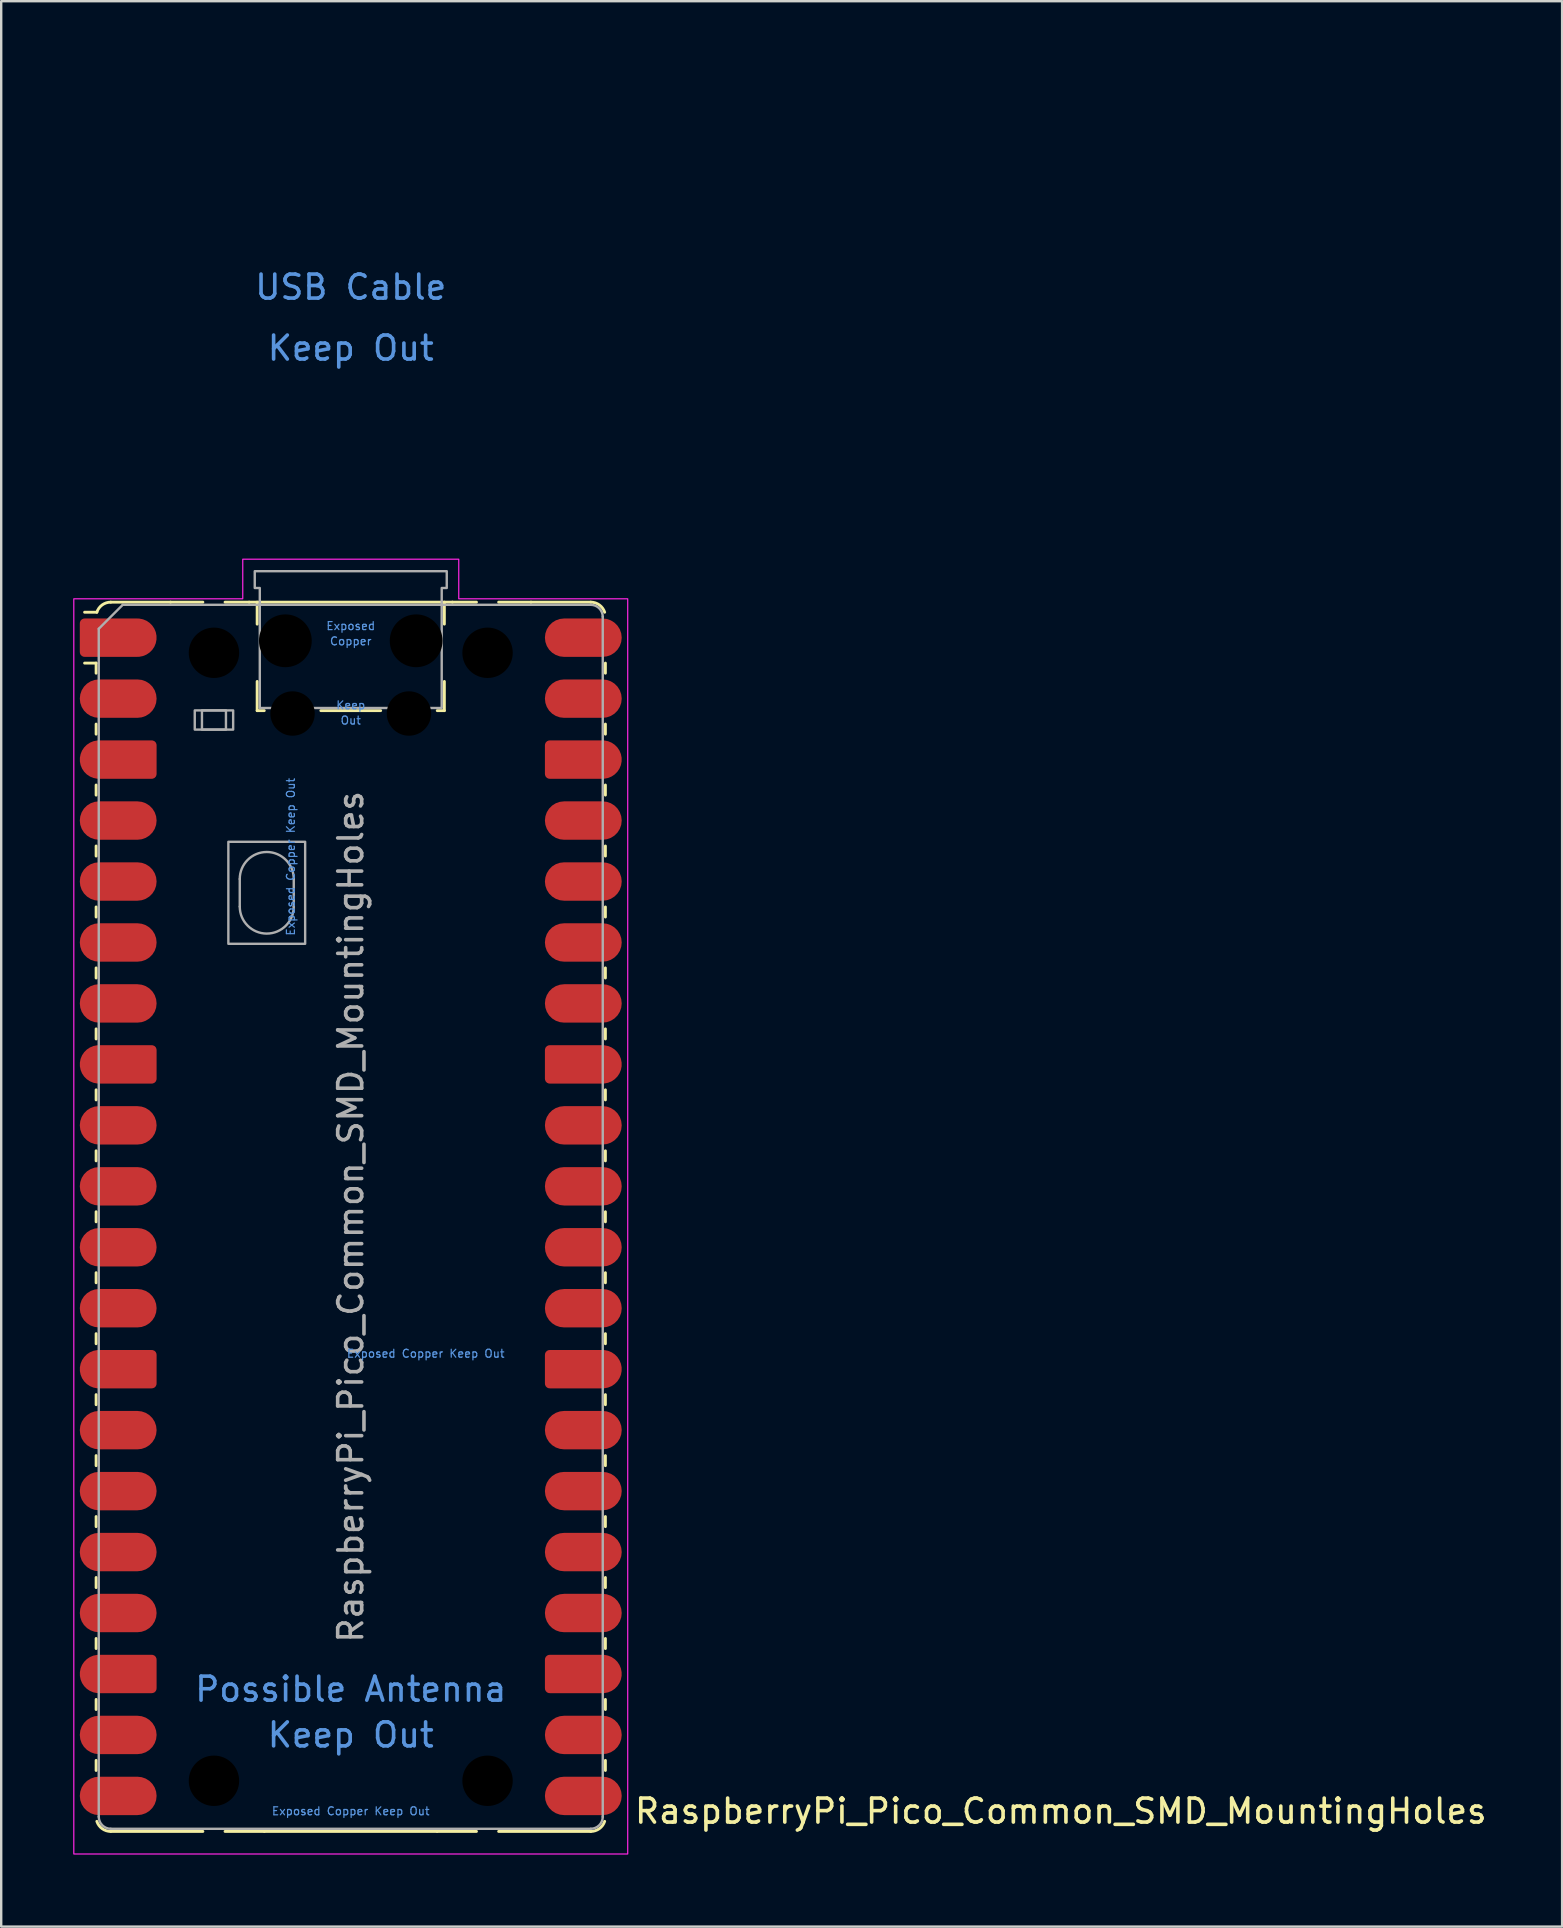
<source format=kicad_pcb>
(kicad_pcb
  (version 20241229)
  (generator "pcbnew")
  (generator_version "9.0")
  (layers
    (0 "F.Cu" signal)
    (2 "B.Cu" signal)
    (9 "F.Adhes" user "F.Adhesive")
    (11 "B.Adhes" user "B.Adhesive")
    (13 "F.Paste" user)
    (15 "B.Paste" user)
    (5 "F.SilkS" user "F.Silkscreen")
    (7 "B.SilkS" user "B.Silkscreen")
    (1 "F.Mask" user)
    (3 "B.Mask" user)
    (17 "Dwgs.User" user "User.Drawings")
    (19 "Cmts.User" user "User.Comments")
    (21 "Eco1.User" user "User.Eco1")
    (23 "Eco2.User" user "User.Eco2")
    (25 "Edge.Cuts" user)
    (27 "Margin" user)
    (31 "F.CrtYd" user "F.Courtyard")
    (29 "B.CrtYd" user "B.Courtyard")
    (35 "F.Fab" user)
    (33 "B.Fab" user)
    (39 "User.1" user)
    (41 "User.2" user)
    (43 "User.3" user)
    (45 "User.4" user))
  (footprint "RaspberryPi_Pico_Common_SMD_MountingHoles"
    (layer "F.Cu")
    (at 11.565 47.65)
    (property "Reference" "RaspberryPi_Pico_Common_SMD_MountingHoles" (at 11.748 24.765 0) (unlocked yes) (layer "F.SilkS") (effects (font (size 1 1) (thickness 0.15)) (justify left)))
    (attr smd)
    (fp_line (start -10.61 -23.07) (end -11.09 -23.07) (stroke (width 0.12) (type solid)) (layer "F.SilkS"))
    (fp_line (start -10.61 -23.07) (end -10.61 -22.65) (stroke (width 0.12) (type solid)) (layer "F.SilkS"))
    (fp_line (start -10.61 -20.53) (end -10.61 -20.11) (stroke (width 0.12) (type solid)) (layer "F.SilkS"))
    (fp_line (start -10.61 -17.99) (end -10.61 -17.57) (stroke (width 0.12) (type solid)) (layer "F.SilkS"))
    (fp_line (start -10.61 -15.45) (end -10.61 -15.03) (stroke (width 0.12) (type solid)) (layer "F.SilkS"))
    (fp_line (start -10.61 -12.91) (end -10.61 -12.49) (stroke (width 0.12) (type solid)) (layer "F.SilkS"))
    (fp_line (start -10.61 -10.37) (end -10.61 -9.95) (stroke (width 0.12) (type solid)) (layer "F.SilkS"))
    (fp_line (start -10.61 -7.83) (end -10.61 -7.41) (stroke (width 0.12) (type solid)) (layer "F.SilkS"))
    (fp_line (start -10.61 -5.29) (end -10.61 -4.87) (stroke (width 0.12) (type solid)) (layer "F.SilkS"))
    (fp_line (start -10.61 -2.75) (end -10.61 -2.33) (stroke (width 0.12) (type solid)) (layer "F.SilkS"))
    (fp_line (start -10.61 -0.21) (end -10.61 0.21) (stroke (width 0.12) (type solid)) (layer "F.SilkS"))
    (fp_line (start -10.61 2.33) (end -10.61 2.75) (stroke (width 0.12) (type solid)) (layer "F.SilkS"))
    (fp_line (start -10.61 4.87) (end -10.61 5.29) (stroke (width 0.12) (type solid)) (layer "F.SilkS"))
    (fp_line (start -10.61 7.41) (end -10.61 7.83) (stroke (width 0.12) (type solid)) (layer "F.SilkS"))
    (fp_line (start -10.61 9.95) (end -10.61 10.37) (stroke (width 0.12) (type solid)) (layer "F.SilkS"))
    (fp_line (start -10.61 12.49) (end -10.61 12.91) (stroke (width 0.12) (type solid)) (layer "F.SilkS"))
    (fp_line (start -10.61 15.03) (end -10.61 15.45) (stroke (width 0.12) (type solid)) (layer "F.SilkS"))
    (fp_line (start -10.61 17.57) (end -10.61 17.99) (stroke (width 0.12) (type solid)) (layer "F.SilkS"))
    (fp_line (start -10.61 20.11) (end -10.61 20.53) (stroke (width 0.12) (type solid)) (layer "F.SilkS"))
    (fp_line (start -10.61 22.65) (end -10.61 23.07) (stroke (width 0.12) (type solid)) (layer "F.SilkS"))
    (fp_line (start -10.58 -25.19) (end -11.09 -25.19) (stroke (width 0.12) (type solid)) (layer "F.SilkS"))
    (fp_line (start -10 -25.61) (end -7.51 -25.61) (stroke (width 0.12) (type solid)) (layer "F.SilkS"))
    (fp_line (start -10 25.61) (end -6.162 25.61) (stroke (width 0.12) (type solid)) (layer "F.SilkS"))
    (fp_line (start -7.51 -25.61) (end -6.162 -25.61) (stroke (width 0.12) (type solid)) (layer "F.SilkS"))
    (fp_line (start -5.238 -25.61) (end -4.235 -25.61) (stroke (width 0.12) (type solid)) (layer "F.SilkS"))
    (fp_line (start -4.235 -25.61) (end 4.235 -25.61) (stroke (width 0.12) (type solid)) (layer "F.SilkS"))
    (fp_line (start -3.9 -25.61) (end -3.9 -24.694) (stroke (width 0.12) (type solid)) (layer "F.SilkS"))
    (fp_line (start -3.9 -22.306) (end -3.9 -21.09) (stroke (width 0.12) (type solid)) (layer "F.SilkS"))
    (fp_line (start -3.9 -21.09) (end -3.604 -21.09) (stroke (width 0.12) (type solid)) (layer "F.SilkS"))
    (fp_line (start -3.6 25.61) (end -5.238 25.61) (stroke (width 0.12) (type solid)) (layer "F.SilkS"))
    (fp_line (start -1.246 -21.09) (end 1.246 -21.09) (stroke (width 0.12) (type solid)) (layer "F.SilkS"))
    (fp_line (start 3.6 25.61) (end -3.6 25.61) (stroke (width 0.12) (type solid)) (layer "F.SilkS"))
    (fp_line (start 3.604 -21.09) (end 3.9 -21.09) (stroke (width 0.12) (type solid)) (layer "F.SilkS"))
    (fp_line (start 3.9 -25.61) (end 3.9 -24.694) (stroke (width 0.12) (type solid)) (layer "F.SilkS"))
    (fp_line (start 3.9 -22.306) (end 3.9 -21.09) (stroke (width 0.12) (type solid)) (layer "F.SilkS"))
    (fp_line (start 4.235 -25.61) (end 5.238 -25.61) (stroke (width 0.12) (type solid)) (layer "F.SilkS"))
    (fp_line (start 5.238 25.61) (end 3.6 25.61) (stroke (width 0.12) (type solid)) (layer "F.SilkS"))
    (fp_line (start 6.162 -25.61) (end 7.51 -25.61) (stroke (width 0.12) (type solid)) (layer "F.SilkS"))
    (fp_line (start 6.162 25.61) (end 10 25.61) (stroke (width 0.12) (type solid)) (layer "F.SilkS"))
    (fp_line (start 10 -25.61) (end 7.51 -25.61) (stroke (width 0.12) (type solid)) (layer "F.SilkS"))
    (fp_line (start 10.61 -23.07) (end 10.61 -22.65) (stroke (width 0.12) (type solid)) (layer "F.SilkS"))
    (fp_line (start 10.61 -20.53) (end 10.61 -20.11) (stroke (width 0.12) (type solid)) (layer "F.SilkS"))
    (fp_line (start 10.61 -17.99) (end 10.61 -17.57) (stroke (width 0.12) (type solid)) (layer "F.SilkS"))
    (fp_line (start 10.61 -15.45) (end 10.61 -15.03) (stroke (width 0.12) (type solid)) (layer "F.SilkS"))
    (fp_line (start 10.61 -12.91) (end 10.61 -12.49) (stroke (width 0.12) (type solid)) (layer "F.SilkS"))
    (fp_line (start 10.61 -10.37) (end 10.61 -9.95) (stroke (width 0.12) (type solid)) (layer "F.SilkS"))
    (fp_line (start 10.61 -7.83) (end 10.61 -7.41) (stroke (width 0.12) (type solid)) (layer "F.SilkS"))
    (fp_line (start 10.61 -5.29) (end 10.61 -4.87) (stroke (width 0.12) (type solid)) (layer "F.SilkS"))
    (fp_line (start 10.61 -2.75) (end 10.61 -2.33) (stroke (width 0.12) (type solid)) (layer "F.SilkS"))
    (fp_line (start 10.61 -0.21) (end 10.61 0.21) (stroke (width 0.12) (type solid)) (layer "F.SilkS"))
    (fp_line (start 10.61 2.33) (end 10.61 2.75) (stroke (width 0.12) (type solid)) (layer "F.SilkS"))
    (fp_line (start 10.61 4.87) (end 10.61 5.29) (stroke (width 0.12) (type solid)) (layer "F.SilkS"))
    (fp_line (start 10.61 7.41) (end 10.61 7.83) (stroke (width 0.12) (type solid)) (layer "F.SilkS"))
    (fp_line (start 10.61 9.95) (end 10.61 10.37) (stroke (width 0.12) (type solid)) (layer "F.SilkS"))
    (fp_line (start 10.61 12.49) (end 10.61 12.91) (stroke (width 0.12) (type solid)) (layer "F.SilkS"))
    (fp_line (start 10.61 15.03) (end 10.61 15.45) (stroke (width 0.12) (type solid)) (layer "F.SilkS"))
    (fp_line (start 10.61 17.57) (end 10.61 17.99) (stroke (width 0.12) (type solid)) (layer "F.SilkS"))
    (fp_line (start 10.61 20.11) (end 10.61 20.53) (stroke (width 0.12) (type solid)) (layer "F.SilkS"))
    (fp_line (start 10.61 22.65) (end 10.61 23.07) (stroke (width 0.12) (type solid)) (layer "F.SilkS"))
    (fp_arc (start -10.579676 -25.189937) (mid -10.357938 -25.493944) (end -10 -25.61) (stroke (width 0.12) (type solid)) (layer "F.SilkS"))
    (fp_arc (start -10 25.61) (mid -10.357937 25.493944) (end -10.579676 25.189937) (stroke (width 0.12) (type solid)) (layer "F.SilkS"))
    (fp_arc (start 10 -25.61) (mid 10.357937 -25.493944) (end 10.579676 -25.189937) (stroke (width 0.12) (type solid)) (layer "F.SilkS"))
    (fp_arc (start 10.579676 25.189937) (mid 10.357946 25.493957) (end 10 25.61) (stroke (width 0.12) (type solid)) (layer "F.SilkS"))
    (fp_poly (pts (xy -4.5 -27.4) (xy 4.5 -27.4) (xy 4.5 -25.75) (xy 11.54 -25.75) (xy 11.54 26.55) (xy -11.54 26.55) (xy -11.54 -25.75) (xy -4.5 -25.75)) (stroke (width 0.05) (type solid)) (fill no) (layer "F.CrtYd"))
    (fp_line (start -10.5 -24.5) (end -9.5 -25.5) (stroke (width 0.1) (type solid)) (layer "F.Fab"))
    (fp_line (start -10.5 25) (end -10.5 -24.5) (stroke (width 0.1) (type solid)) (layer "F.Fab"))
    (fp_line (start -9.5 -25.5) (end 10 -25.5) (stroke (width 0.1) (type solid)) (layer "F.Fab"))
    (fp_line (start -4.625 -14.075) (end -4.625 -12.925) (stroke (width 0.1) (type solid)) (layer "F.Fab"))
    (fp_line (start -2.375 -14.075) (end -2.375 -12.925) (stroke (width 0.1) (type solid)) (layer "F.Fab"))
    (fp_line (start 10 25.5) (end -10 25.5) (stroke (width 0.1) (type solid)) (layer "F.Fab"))
    (fp_line (start 10.5 -25) (end 10.5 25) (stroke (width 0.1) (type solid)) (layer "F.Fab"))
    (fp_rect (start -6.5 -21.1) (end -4.9 -20.3) (stroke (width 0.1) (type solid)) (fill no) (layer "F.Fab"))
    (fp_rect (start -6.2 -21.1) (end -5.2 -20.3) (stroke (width 0.1) (type solid)) (fill no) (layer "F.Fab"))
    (fp_rect (start -5.1 -15.625) (end -1.9 -11.375) (stroke (width 0.1) (type solid)) (fill no) (layer "F.Fab"))
    (fp_arc (start -10 25.5) (mid -10.353553 25.353553) (end -10.5 25) (stroke (width 0.1) (type solid)) (layer "F.Fab"))
    (fp_arc (start -4.625 -14.075) (mid -3.5 -15.2) (end -2.375 -14.075) (stroke (width 0.1) (type solid)) (layer "F.Fab"))
    (fp_arc (start -2.375 -12.925) (mid -3.5 -11.8) (end -4.625 -12.925) (stroke (width 0.1) (type solid)) (layer "F.Fab"))
    (fp_arc (start 10 -25.5) (mid 10.353553 -25.353553) (end 10.5 -25) (stroke (width 0.1) (type solid)) (layer "F.Fab"))
    (fp_arc (start 10.5 25) (mid 10.353553 25.353553) (end 10 25.5) (stroke (width 0.1) (type solid)) (layer "F.Fab"))
    (fp_poly (pts (xy 3.79 -21.2) (xy 3.79 -26.2) (xy 4 -26.2) (xy 4 -26.9) (xy -4 -26.9) (xy -4 -26.2) (xy -3.79 -26.2) (xy -3.79 -21.2)) (stroke (width 0.1) (type solid)) (fill no) (layer "F.Fab"))
    (fp_text user "Possible Antenna" (at 0 19.685 0) (unlocked yes) (layer "Cmts.User") (effects (font (size 1 1) (thickness 0.15))))
    (fp_text user "Keep" (at 0 -21.317 0) (unlocked yes) (layer "Cmts.User") (effects (font (size 0.333 0.333) (thickness 0.05))))
    (fp_text user "USB Cable" (at 0 -38.735 0) (unlocked yes) (layer "Cmts.User") (effects (font (size 1 1) (thickness 0.15))))
    (fp_text user "Exposed Copper Keep Out" (at 3.124 5.7 0) (unlocked yes) (layer "Cmts.User") (effects (font (size 0.333 0.333) (thickness 0.05))))
    (fp_text user "Exposed Copper Keep Out" (at 0 24.765 0) (unlocked yes) (layer "Cmts.User") (effects (font (size 0.333 0.333) (thickness 0.05))))
    (fp_text user "Copper" (at 0 -23.983 0) (unlocked yes) (layer "Cmts.User") (effects (font (size 0.333 0.333) (thickness 0.05))))
    (fp_text user "Keep Out" (at 0 -36.195 0) (unlocked yes) (layer "Cmts.User") (effects (font (size 1 1) (thickness 0.15))))
    (fp_text user "Keep Out" (at 0 21.59 0) (unlocked yes) (layer "Cmts.User") (effects (font (size 1 1) (thickness 0.15))))
    (fp_text user "Out" (at 0 -20.683 0) (unlocked yes) (layer "Cmts.User") (effects (font (size 0.333 0.333) (thickness 0.05))))
    (fp_text user "Exposed" (at 0 -24.617 0) (unlocked yes) (layer "Cmts.User") (effects (font (size 0.333 0.333) (thickness 0.05))))
    (fp_text user "Exposed Copper Keep Out" (at -2.5 -15 90) (unlocked yes) (layer "Cmts.User") (effects (font (size 0.333 0.333) (thickness 0.05))))
    (fp_text user "${REFERENCE}" (at 0 0 90) (layer "F.Fab") (effects (font (size 1 1) (thickness 0.15))))
    (pad "" np_thru_hole circle (at -5.7 -23.5) (size 3.8 3.8) (drill 2.1) (layers "*.Mask"))
    (pad "" np_thru_hole circle (at -5.7 23.5) (size 3.8 3.8) (drill 2.1) (layers "*.Mask"))
    (pad "" np_thru_hole circle (at -2.725 -24) (size 2.2 2.2) (drill 2.2) (layers "*.Mask"))
    (pad "" np_thru_hole circle (at -2.425 -20.97) (size 1.85 1.85) (drill 1.85) (layers "*.Mask"))
    (pad "" np_thru_hole circle (at 2.425 -20.97) (size 1.85 1.85) (drill 1.85) (layers "*.Mask"))
    (pad "" np_thru_hole circle (at 2.725 -24) (size 2.2 2.2) (drill 2.2) (layers "*.Mask"))
    (pad "" np_thru_hole circle (at 5.7 -23.5) (size 3.8 3.8) (drill 2.1) (layers "*.Mask"))
    (pad "" np_thru_hole circle (at 5.7 23.5) (size 3.8 3.8) (drill 2.1) (layers "*.Mask"))
    (pad "1" smd custom (at -8.89 -24.13) (size 1.6 1.6) (layers "F.Cu" "F.Mask" "F.Paste") (options (anchor circle)) (primitives (gr_poly (pts (xy -2.4 0.6) (xy -2.4 -0.6) (xy -2.2 -0.8) (xy 0 -0.8) (xy 0 0.8) (xy -2.2 0.8)) (width 0) (fill yes)) (gr_circle (center -2.2 0.6) (end -2 0.6) (width 0) (fill yes)) (gr_circle (center -2.2 -0.6) (end -2 -0.6) (width 0) (fill yes))))
    (pad "2" smd roundrect (at -8.89 -21.59) (size 3.2 1.6) (drill (offset -0.8 0)) (layers "F.Cu" "F.Mask" "F.Paste") (roundrect_rratio 0.5))
    (pad "3" smd custom (at -8.89 -19.05) (size 1.6 1.6) (layers "F.Cu" "F.Mask" "F.Paste") (options (anchor circle)) (primitives (gr_poly (pts (xy 0.8 -0.6) (xy 0.8 0.6) (xy 0.6 0.8) (xy -1.6 0.8) (xy -1.6 -0.8) (xy 0.6 -0.8)) (width 0) (fill yes)) (gr_circle (center 0.6 0.6) (end 0.8 0.6) (width 0) (fill yes)) (gr_circle (center 0.6 -0.6) (end 0.8 -0.6) (width 0) (fill yes)) (gr_circle (center -1.6 0) (end -0.8 0) (width 0) (fill yes))))
    (pad "4" smd roundrect (at -8.89 -16.51) (size 3.2 1.6) (drill (offset -0.8 0)) (layers "F.Cu" "F.Mask" "F.Paste") (roundrect_rratio 0.5))
    (pad "5" smd roundrect (at -8.89 -13.97) (size 3.2 1.6) (drill (offset -0.8 0)) (layers "F.Cu" "F.Mask" "F.Paste") (roundrect_rratio 0.5))
    (pad "6" smd roundrect (at -8.89 -11.43) (size 3.2 1.6) (drill (offset -0.8 0)) (layers "F.Cu" "F.Mask" "F.Paste") (roundrect_rratio 0.5))
    (pad "7" smd roundrect (at -8.89 -8.89) (size 3.2 1.6) (drill (offset -0.8 0)) (layers "F.Cu" "F.Mask" "F.Paste") (roundrect_rratio 0.5))
    (pad "8" smd custom (at -8.89 -6.35) (size 1.6 1.6) (layers "F.Cu" "F.Mask" "F.Paste") (options (anchor circle)) (primitives (gr_poly (pts (xy 0.8 -0.6) (xy 0.8 0.6) (xy 0.6 0.8) (xy -1.6 0.8) (xy -1.6 -0.8) (xy 0.6 -0.8)) (width 0) (fill yes)) (gr_circle (center 0.6 0.6) (end 0.8 0.6) (width 0) (fill yes)) (gr_circle (center 0.6 -0.6) (end 0.8 -0.6) (width 0) (fill yes)) (gr_circle (center -1.6 0) (end -0.8 0) (width 0) (fill yes))))
    (pad "9" smd roundrect (at -8.89 -3.81) (size 3.2 1.6) (drill (offset -0.8 0)) (layers "F.Cu" "F.Mask" "F.Paste") (roundrect_rratio 0.5))
    (pad "10" smd roundrect (at -8.89 -1.27) (size 3.2 1.6) (drill (offset -0.8 0)) (layers "F.Cu" "F.Mask" "F.Paste") (roundrect_rratio 0.5))
    (pad "11" smd roundrect (at -8.89 1.27) (size 3.2 1.6) (drill (offset -0.8 0)) (layers "F.Cu" "F.Mask" "F.Paste") (roundrect_rratio 0.5))
    (pad "12" smd roundrect (at -8.89 3.81) (size 3.2 1.6) (drill (offset -0.8 0)) (layers "F.Cu" "F.Mask" "F.Paste") (roundrect_rratio 0.5))
    (pad "13" smd custom (at -8.89 6.35) (size 1.6 1.6) (layers "F.Cu" "F.Mask" "F.Paste") (options (anchor circle)) (primitives (gr_poly (pts (xy 0.8 -0.6) (xy 0.8 0.6) (xy 0.6 0.8) (xy -1.6 0.8) (xy -1.6 -0.8) (xy 0.6 -0.8)) (width 0) (fill yes)) (gr_circle (center 0.6 0.6) (end 0.8 0.6) (width 0) (fill yes)) (gr_circle (center 0.6 -0.6) (end 0.8 -0.6) (width 0) (fill yes)) (gr_circle (center -1.6 0) (end -0.8 0) (width 0) (fill yes))))
    (pad "14" smd roundrect (at -8.89 8.89) (size 3.2 1.6) (drill (offset -0.8 0)) (layers "F.Cu" "F.Mask" "F.Paste") (roundrect_rratio 0.5))
    (pad "15" smd roundrect (at -8.89 11.43) (size 3.2 1.6) (drill (offset -0.8 0)) (layers "F.Cu" "F.Mask" "F.Paste") (roundrect_rratio 0.5))
    (pad "16" smd roundrect (at -8.89 13.97) (size 3.2 1.6) (drill (offset -0.8 0)) (layers "F.Cu" "F.Mask" "F.Paste") (roundrect_rratio 0.5))
    (pad "17" smd roundrect (at -8.89 16.51) (size 3.2 1.6) (drill (offset -0.8 0)) (layers "F.Cu" "F.Mask" "F.Paste") (roundrect_rratio 0.5))
    (pad "18" smd custom (at -8.89 19.05) (size 1.6 1.6) (layers "F.Cu" "F.Mask" "F.Paste") (options (anchor circle)) (primitives (gr_poly (pts (xy 0.8 -0.6) (xy 0.8 0.6) (xy 0.6 0.8) (xy -1.6 0.8) (xy -1.6 -0.8) (xy 0.6 -0.8)) (width 0) (fill yes)) (gr_circle (center 0.6 0.6) (end 0.8 0.6) (width 0) (fill yes)) (gr_circle (center 0.6 -0.6) (end 0.8 -0.6) (width 0) (fill yes)) (gr_circle (center -1.6 0) (end -0.8 0) (width 0) (fill yes))))
    (pad "19" smd roundrect (at -8.89 21.59) (size 3.2 1.6) (drill (offset -0.8 0)) (layers "F.Cu" "F.Mask" "F.Paste") (roundrect_rratio 0.5))
    (pad "20" smd roundrect (at -8.89 24.13) (size 3.2 1.6) (drill (offset -0.8 0)) (layers "F.Cu" "F.Mask" "F.Paste") (roundrect_rratio 0.5))
    (pad "21" smd roundrect (at 8.89 24.13) (size 3.2 1.6) (drill (offset 0.8 0)) (layers "F.Cu" "F.Mask" "F.Paste") (roundrect_rratio 0.5))
    (pad "22" smd roundrect (at 8.89 21.59) (size 3.2 1.6) (drill (offset 0.8 0)) (layers "F.Cu" "F.Mask" "F.Paste") (roundrect_rratio 0.5))
    (pad "23" smd custom (at 8.89 19.05) (size 1.6 1.6) (layers "F.Cu" "F.Mask" "F.Paste") (options (anchor circle)) (primitives (gr_poly (pts (xy -0.8 -0.6) (xy -0.8 0.6) (xy -0.6 0.8) (xy 1.6 0.8) (xy 1.6 -0.8) (xy -0.6 -0.8)) (width 0) (fill yes)) (gr_circle (center -0.6 0.6) (end -0.4 0.6) (width 0) (fill yes)) (gr_circle (center -0.6 -0.6) (end -0.4 -0.6) (width 0) (fill yes)) (gr_circle (center 1.6 0) (end 2.4 0) (width 0) (fill yes))))
    (pad "24" smd roundrect (at 8.89 16.51) (size 3.2 1.6) (drill (offset 0.8 0)) (layers "F.Cu" "F.Mask" "F.Paste") (roundrect_rratio 0.5))
    (pad "25" smd roundrect (at 8.89 13.97) (size 3.2 1.6) (drill (offset 0.8 0)) (layers "F.Cu" "F.Mask" "F.Paste") (roundrect_rratio 0.5))
    (pad "26" smd roundrect (at 8.89 11.43) (size 3.2 1.6) (drill (offset 0.8 0)) (layers "F.Cu" "F.Mask" "F.Paste") (roundrect_rratio 0.5))
    (pad "27" smd roundrect (at 8.89 8.89) (size 3.2 1.6) (drill (offset 0.8 0)) (layers "F.Cu" "F.Mask" "F.Paste") (roundrect_rratio 0.5))
    (pad "28" smd custom (at 8.89 6.35) (size 1.6 1.6) (layers "F.Cu" "F.Mask" "F.Paste") (options (anchor circle)) (primitives (gr_poly (pts (xy -0.8 -0.6) (xy -0.8 0.6) (xy -0.6 0.8) (xy 1.6 0.8) (xy 1.6 -0.8) (xy -0.6 -0.8)) (width 0) (fill yes)) (gr_circle (center -0.6 0.6) (end -0.4 0.6) (width 0) (fill yes)) (gr_circle (center -0.6 -0.6) (end -0.4 -0.6) (width 0) (fill yes)) (gr_circle (center 1.6 0) (end 2.4 0) (width 0) (fill yes))))
    (pad "29" smd roundrect (at 8.89 3.81) (size 3.2 1.6) (drill (offset 0.8 0)) (layers "F.Cu" "F.Mask" "F.Paste") (roundrect_rratio 0.5))
    (pad "30" smd roundrect (at 8.89 1.27) (size 3.2 1.6) (drill (offset 0.8 0)) (layers "F.Cu" "F.Mask" "F.Paste") (roundrect_rratio 0.5))
    (pad "31" smd roundrect (at 8.89 -1.27) (size 3.2 1.6) (drill (offset 0.8 0)) (layers "F.Cu" "F.Mask" "F.Paste") (roundrect_rratio 0.5))
    (pad "32" smd roundrect (at 8.89 -3.81) (size 3.2 1.6) (drill (offset 0.8 0)) (layers "F.Cu" "F.Mask" "F.Paste") (roundrect_rratio 0.5))
    (pad "33" smd custom (at 8.89 -6.35) (size 1.6 1.6) (layers "F.Cu" "F.Mask" "F.Paste") (options (anchor circle)) (primitives (gr_poly (pts (xy -0.8 -0.6) (xy -0.8 0.6) (xy -0.6 0.8) (xy 1.6 0.8) (xy 1.6 -0.8) (xy -0.6 -0.8)) (width 0) (fill yes)) (gr_circle (center -0.6 0.6) (end -0.4 0.6) (width 0) (fill yes)) (gr_circle (center -0.6 -0.6) (end -0.4 -0.6) (width 0) (fill yes)) (gr_circle (center 1.6 0) (end 2.4 0) (width 0) (fill yes))))
    (pad "34" smd roundrect (at 8.89 -8.89) (size 3.2 1.6) (drill (offset 0.8 0)) (layers "F.Cu" "F.Mask" "F.Paste") (roundrect_rratio 0.5))
    (pad "35" smd roundrect (at 8.89 -11.43) (size 3.2 1.6) (drill (offset 0.8 0)) (layers "F.Cu" "F.Mask" "F.Paste") (roundrect_rratio 0.5))
    (pad "36" smd roundrect (at 8.89 -13.97) (size 3.2 1.6) (drill (offset 0.8 0)) (layers "F.Cu" "F.Mask" "F.Paste") (roundrect_rratio 0.5))
    (pad "37" smd roundrect (at 8.89 -16.51) (size 3.2 1.6) (drill (offset 0.8 0)) (layers "F.Cu" "F.Mask" "F.Paste") (roundrect_rratio 0.5))
    (pad "38" smd custom (at 8.89 -19.05) (size 1.6 1.6) (layers "F.Cu" "F.Mask" "F.Paste") (options (anchor circle)) (primitives (gr_poly (pts (xy -0.8 -0.6) (xy -0.8 0.6) (xy -0.6 0.8) (xy 1.6 0.8) (xy 1.6 -0.8) (xy -0.6 -0.8)) (width 0) (fill yes)) (gr_circle (center -0.6 0.6) (end -0.4 0.6) (width 0) (fill yes)) (gr_circle (center -0.6 -0.6) (end -0.4 -0.6) (width 0) (fill yes)) (gr_circle (center 1.6 0) (end 2.4 0) (width 0) (fill yes))))
    (pad "39" smd roundrect (at 8.89 -21.59) (size 3.2 1.6) (drill (offset 0.8 0)) (layers "F.Cu" "F.Mask" "F.Paste") (roundrect_rratio 0.5))
    (pad "40" smd roundrect (at 8.89 -24.13) (size 3.2 1.6) (drill (offset 0.8 0)) (layers "F.Cu" "F.Mask" "F.Paste") (roundrect_rratio 0.5))
    (zone (net_name "") (layers "F.Cu" "B.Cu" "F.Paste" "B.Paste") (name "Antenna Copper Keep Out") (hatch full 0.5) (connect_pads) (min_thickness 0.254) (filled_areas_thickness no) (keepout (tracks not_allowed) (vias not_allowed) (pads not_allowed) (copperpour not_allowed) (footprints allowed)) (placement (enabled no)) (fill) (polygon (pts (xy 9.165 72.64) (xy 4.465 68.99) (xy 4.465 64.65) (xy 18.665 64.65) (xy 18.665 68.99) (xy 13.965 72.64) (xy 13.965 73.65) (xy 9.165 73.65))))
    (zone (net_name "") (layers "F.Cu" "F.Paste") (name "Pad Keep Out D1-W") (hatch full 0.5) (connect_pads) (min_thickness 0.25) (filled_areas_thickness no) (keepout (tracks not_allowed) (vias not_allowed) (pads not_allowed) (copperpour not_allowed) (footprints allowed)) (placement (enabled no)) (fill) (polygon (pts (xy 11.194 52.45) (xy 11.249 52.395) (xy 11.322 52.365) (xy 11.362 52.363) (xy 12.149 52.363) (xy 12.149 54.337) (xy 11.362 54.337) (xy 11.322 54.335) (xy 11.249 54.305) (xy 11.194 54.25) (xy 11.164 54.177) (xy 11.162 54.137) (xy 11.162 52.563) (xy 11.164 52.523))))
    (zone (net_name "") (layers "F.Cu" "F.Paste") (name "Pad Keep Out D1-W") (hatch full 0.5) (connect_pads) (min_thickness 0.25) (filled_areas_thickness no) (keepout (tracks not_allowed) (vias not_allowed) (pads not_allowed) (copperpour not_allowed) (footprints allowed)) (placement (enabled no)) (fill) (polygon (pts (xy 12.937 54.337) (xy 12.149 54.337) (xy 12.149 52.363) (xy 12.937 52.363) (xy 12.976 52.365) (xy 13.049 52.395) (xy 13.104 52.45) (xy 13.135 52.523) (xy 13.136 52.563) (xy 13.136 54.137) (xy 13.135 54.177) (xy 13.104 54.25) (xy 13.049 54.305) (xy 12.976 54.335))))
    (zone (net_name "") (layers "F.Cu" "F.Paste") (name "Pad Keep Out TP4") (hatch full 0.5) (connect_pads) (min_thickness 0.25) (filled_areas_thickness no) (keepout (tracks not_allowed) (vias not_allowed) (pads not_allowed) (copperpour not_allowed) (footprints allowed)) (placement (enabled no)) (fill) (polygon (pts (xy 8.549 31.098) (xy 8.423 31.064) (xy 8.309 30.998) (xy 8.217 30.906) (xy 8.151 30.792) (xy 8.117 30.666) (xy 8.115 30.6) (xy 8.115 30.15) (xy 10.015 30.15) (xy 10.015 30.6) (xy 10.013 30.666) (xy 9.979 30.792) (xy 9.913 30.906) (xy 9.821 30.998) (xy 9.707 31.064) (xy 9.581 31.098) (xy 9.515 31.1) (xy 8.615 31.1))))
    (zone (net_name "") (layers "F.Cu" "F.Paste") (name "Pad Keep Out TP5") (hatch full 0.5) (connect_pads) (min_thickness 0.25) (filled_areas_thickness no) (keepout (tracks not_allowed) (vias not_allowed) (pads not_allowed) (copperpour not_allowed) (footprints allowed)) (placement (enabled no)) (fill) (polygon (pts (xy 8.549 33.598) (xy 8.423 33.564) (xy 8.309 33.498) (xy 8.217 33.406) (xy 8.151 33.292) (xy 8.117 33.166) (xy 8.115 33.1) (xy 8.115 32.65) (xy 10.015 32.65) (xy 10.015 33.1) (xy 10.013 33.166) (xy 9.979 33.292) (xy 9.913 33.406) (xy 9.821 33.498) (xy 9.707 33.564) (xy 9.581 33.598) (xy 9.515 33.6) (xy 8.615 33.6))))
    (zone (net_name "") (layers "F.Cu" "F.Paste") (name "Pad Keep Out TP6") (hatch full 0.5) (connect_pads) (min_thickness 0.25) (filled_areas_thickness no) (keepout (tracks not_allowed) (vias not_allowed) (pads not_allowed) (copperpour not_allowed) (footprints allowed)) (placement (enabled no)) (fill) (polygon (pts (xy 8.549 36.098) (xy 8.423 36.064) (xy 8.309 35.998) (xy 8.217 35.906) (xy 8.151 35.792) (xy 8.117 35.666) (xy 8.115 35.6) (xy 8.115 35.15) (xy 10.015 35.15) (xy 10.015 35.6) (xy 10.013 35.666) (xy 9.979 35.792) (xy 9.913 35.906) (xy 9.821 35.998) (xy 9.707 36.064) (xy 9.581 36.098) (xy 9.515 36.1) (xy 8.615 36.1))))
    (zone (net_name "") (layers "F.Cu" "F.Paste") (name "Pad Keep Out TP3") (hatch full 0.5) (connect_pads) (min_thickness 0.25) (filled_areas_thickness no) (keepout (tracks not_allowed) (vias not_allowed) (pads not_allowed) (copperpour not_allowed) (footprints allowed)) (placement (enabled no)) (fill) (polygon (pts (xy 9.617 22.834) (xy 9.651 22.708) (xy 9.717 22.594) (xy 9.809 22.502) (xy 9.923 22.436) (xy 10.049 22.402) (xy 10.115 22.4) (xy 10.565 22.4) (xy 10.565 24.3) (xy 10.115 24.3) (xy 10.049 24.298) (xy 9.923 24.264) (xy 9.809 24.198) (xy 9.717 24.106) (xy 9.651 23.992) (xy 9.617 23.866) (xy 9.615 23.8) (xy 9.615 22.9))))
    (zone (net_name "") (layers "F.Cu" "F.Paste") (name "Pad Keep Out TP4") (hatch full 0.5) (connect_pads) (min_thickness 0.25) (filled_areas_thickness no) (keepout (tracks not_allowed) (vias not_allowed) (pads not_allowed) (copperpour not_allowed) (footprints allowed)) (placement (enabled no)) (fill) (polygon (pts (xy 10.015 30.15) (xy 10.015 29.7) (xy 10.013 29.634) (xy 9.979 29.508) (xy 9.913 29.394) (xy 9.821 29.302) (xy 9.707 29.236) (xy 9.581 29.202) (xy 9.515 29.2) (xy 8.615 29.2) (xy 8.549 29.202) (xy 8.423 29.236) (xy 8.309 29.302) (xy 8.217 29.394) (xy 8.151 29.508) (xy 8.117 29.634) (xy 8.115 29.7) (xy 8.115 30.15))))
    (zone (net_name "") (layers "F.Cu" "F.Paste") (name "Pad Keep Out TP5") (hatch full 0.5) (connect_pads) (min_thickness 0.25) (filled_areas_thickness no) (keepout (tracks not_allowed) (vias not_allowed) (pads not_allowed) (copperpour not_allowed) (footprints allowed)) (placement (enabled no)) (fill) (polygon (pts (xy 10.015 32.65) (xy 10.015 32.2) (xy 10.013 32.134) (xy 9.979 32.008) (xy 9.913 31.894) (xy 9.821 31.802) (xy 9.707 31.736) (xy 9.581 31.702) (xy 9.515 31.7) (xy 8.615 31.7) (xy 8.549 31.702) (xy 8.423 31.736) (xy 8.309 31.802) (xy 8.217 31.894) (xy 8.151 32.008) (xy 8.117 32.134) (xy 8.115 32.2) (xy 8.115 32.65))))
    (zone (net_name "") (layers "F.Cu" "F.Paste") (name "Pad Keep Out TP6") (hatch full 0.5) (connect_pads) (min_thickness 0.25) (filled_areas_thickness no) (keepout (tracks not_allowed) (vias not_allowed) (pads not_allowed) (copperpour not_allowed) (footprints allowed)) (placement (enabled no)) (fill) (polygon (pts (xy 10.015 35.15) (xy 10.015 34.7) (xy 10.013 34.634) (xy 9.979 34.508) (xy 9.913 34.394) (xy 9.821 34.302) (xy 9.707 34.236) (xy 9.581 34.202) (xy 9.515 34.2) (xy 8.615 34.2) (xy 8.549 34.202) (xy 8.423 34.236) (xy 8.309 34.302) (xy 8.217 34.394) (xy 8.151 34.508) (xy 8.117 34.634) (xy 8.115 34.7) (xy 8.115 35.15))))
    (zone (net_name "") (layers "F.Cu" "F.Paste") (name "Pad Keep Out TP3") (hatch full 0.5) (connect_pads) (min_thickness 0.25) (filled_areas_thickness no) (keepout (tracks not_allowed) (vias not_allowed) (pads not_allowed) (copperpour not_allowed) (footprints allowed)) (placement (enabled no)) (fill) (polygon (pts (xy 10.565 24.3) (xy 11.015 24.3) (xy 11.081 24.298) (xy 11.207 24.264) (xy 11.321 24.198) (xy 11.413 24.106) (xy 11.479 23.992) (xy 11.513 23.866) (xy 11.515 23.8) (xy 11.515 22.9) (xy 11.513 22.834) (xy 11.479 22.708) (xy 11.413 22.594) (xy 11.321 22.502) (xy 11.207 22.436) (xy 11.081 22.402) (xy 11.015 22.4) (xy 10.565 22.4))))
    (zone (net_name "") (layers "F.Cu" "F.Paste") (name "Pad Keep Out TP1") (hatch full 0.5) (connect_pads) (min_thickness 0.25) (filled_areas_thickness no) (keepout (tracks not_allowed) (vias not_allowed) (pads not_allowed) (copperpour not_allowed) (footprints allowed)) (placement (enabled no)) (fill) (polygon (pts (xy 10.617 26.134) (xy 10.651 26.008) (xy 10.717 25.894) (xy 10.809 25.802) (xy 10.923 25.736) (xy 11.049 25.702) (xy 11.115 25.7) (xy 11.565 25.7) (xy 11.565 27.6) (xy 11.115 27.6) (xy 11.049 27.598) (xy 10.923 27.564) (xy 10.809 27.498) (xy 10.717 27.406) (xy 10.651 27.292) (xy 10.617 27.166) (xy 10.615 27.1) (xy 10.615 26.2))))
    (zone (net_name "") (layers "F.Cu" "F.Paste") (name "Pad Keep Out TP1") (hatch full 0.5) (connect_pads) (min_thickness 0.25) (filled_areas_thickness no) (keepout (tracks not_allowed) (vias not_allowed) (pads not_allowed) (copperpour not_allowed) (footprints allowed)) (placement (enabled no)) (fill) (polygon (pts (xy 11.565 27.6) (xy 12.015 27.6) (xy 12.081 27.598) (xy 12.207 27.564) (xy 12.321 27.498) (xy 12.413 27.406) (xy 12.479 27.292) (xy 12.513 27.166) (xy 12.515 27.1) (xy 12.515 26.2) (xy 12.513 26.134) (xy 12.479 26.008) (xy 12.413 25.894) (xy 12.321 25.802) (xy 12.207 25.736) (xy 12.081 25.702) (xy 12.015 25.7) (xy 11.565 25.7))))
    (zone (net_name "") (layers "F.Cu" "F.Paste") (name "Pad Keep Out TP2") (hatch full 0.5) (connect_pads) (min_thickness 0.25) (filled_areas_thickness no) (keepout (tracks not_allowed) (vias not_allowed) (pads not_allowed) (copperpour not_allowed) (footprints allowed)) (placement (enabled no)) (fill) (polygon (pts (xy 11.617 22.849) (xy 11.651 22.723) (xy 11.717 22.609) (xy 11.809 22.517) (xy 11.923 22.451) (xy 12.049 22.417) (xy 12.115 22.415) (xy 12.565 22.415) (xy 12.565 24.315) (xy 12.115 24.315) (xy 12.049 24.313) (xy 11.923 24.279) (xy 11.809 24.213) (xy 11.717 24.121) (xy 11.651 24.007) (xy 11.617 23.881) (xy 11.615 23.815) (xy 11.615 22.915))))
    (zone (net_name "") (layers "F.Cu" "F.Paste") (name "Pad Keep Out TP2") (hatch full 0.5) (connect_pads) (min_thickness 0.25) (filled_areas_thickness no) (keepout (tracks not_allowed) (vias not_allowed) (pads not_allowed) (copperpour not_allowed) (footprints allowed)) (placement (enabled no)) (fill) (polygon (pts (xy 12.565 24.315) (xy 13.015 24.315) (xy 13.081 24.313) (xy 13.207 24.279) (xy 13.321 24.213) (xy 13.413 24.121) (xy 13.479 24.007) (xy 13.513 23.881) (xy 13.515 23.815) (xy 13.515 22.915) (xy 13.513 22.849) (xy 13.479 22.723) (xy 13.413 22.609) (xy 13.321 22.517) (xy 13.207 22.451) (xy 13.081 22.417) (xy 13.015 22.415) (xy 12.565 22.415))))
    (zone (net_name "") (layers "F.Cu" "F.Paste") (name "Pad Keep Out D2") (hatch full 0.5) (connect_pads) (min_thickness 0.25) (filled_areas_thickness no) (keepout (tracks not_allowed) (vias not_allowed) (pads not_allowed) (copperpour not_allowed) (footprints allowed)) (placement (enabled no)) (fill) (polygon (pts (xy 10.965 70.55) (xy 11.565 70.55) (arc (start 11.565 74.15) (mid 10.857893 73.857107) (end 10.565 73.15)) (xy 10.565 70.95) (xy 10.567 70.887) (xy 10.606 70.767) (xy 10.68 70.665) (xy 10.782 70.591) (xy 10.902 70.552))))
    (zone (net_name "") (layers "F.Cu" "F.Paste") (name "Pad Keep Out D2") (hatch full 0.5) (connect_pads) (min_thickness 0.25) (filled_areas_thickness no) (keepout (tracks not_allowed) (vias not_allowed) (pads not_allowed) (copperpour not_allowed) (footprints allowed)) (placement (enabled no)) (fill) (polygon (pts (xy 12.165 70.55) (xy 12.228 70.552) (xy 12.348 70.591) (xy 12.45 70.665) (xy 12.524 70.767) (xy 12.563 70.887) (xy 12.565 70.95) (arc (start 12.565 73.15) (mid 12.272107 73.857107) (end 11.565 74.15)) (xy 11.565 70.55))))
    (zone (net_name "") (layers "F.Cu" "F.Paste") (name "Pad Keep Out D2-W") (hatch full 0.508) (connect_pads) (min_thickness 0.254) (filled_areas_thickness no) (keepout (tracks not_allowed) (vias not_allowed) (pads not_allowed) (copperpour not_allowed) (footprints allowed)) (placement (enabled no)) (fill) (polygon (pts (xy 15.681 53.35) (xy 15.662 53.157) (xy 15.606 52.972) (xy 15.516 52.801) (xy 15.393 52.651) (xy 15.244 52.527) (xy 15.074 52.435) (xy 14.889 52.378) (xy 14.696 52.358) (xy 14.503 52.375) (xy 14.317 52.43) (xy 14.146 52.52) (xy 13.995 52.641) (xy 13.87 52.789) (xy 13.777 52.959) (xy 13.719 53.144) (xy 13.697 53.336) (xy 13.713 53.529) (xy 13.767 53.715) (xy 13.855 53.887) (xy 13.975 54.039) (xy 14.123 54.165) (xy 14.292 54.259) (xy 14.476 54.319) (xy 14.668 54.342) (xy 14.861 54.327) (xy 15.048 54.275) (xy 15.221 54.188) (xy 15.373 54.069) (xy 15.5 53.922) (xy 15.595 53.754) (xy 15.657 53.57) (xy 15.681 53.378))))
    (zone (net_name "") (layers "F.Cu" "F.Paste") (name "Pad Keep Out D3-W") (hatch full 0.508) (connect_pads) (min_thickness 0.254) (filled_areas_thickness no) (keepout (tracks not_allowed) (vias not_allowed) (pads not_allowed) (copperpour not_allowed) (footprints allowed)) (placement (enabled no)) (fill) (polygon (pts (xy 18.221 53.35) (xy 18.202 53.157) (xy 18.146 52.972) (xy 18.056 52.801) (xy 17.933 52.651) (xy 17.784 52.527) (xy 17.614 52.435) (xy 17.429 52.378) (xy 17.236 52.358) (xy 17.043 52.375) (xy 16.857 52.43) (xy 16.686 52.52) (xy 16.535 52.641) (xy 16.41 52.789) (xy 16.317 52.959) (xy 16.259 53.144) (xy 16.237 53.336) (xy 16.253 53.529) (xy 16.307 53.715) (xy 16.395 53.887) (xy 16.515 54.039) (xy 16.663 54.165) (xy 16.832 54.259) (xy 17.016 54.319) (xy 17.208 54.342) (xy 17.401 54.327) (xy 17.588 54.275) (xy 17.761 54.188) (xy 17.913 54.069) (xy 18.04 53.922) (xy 18.136 53.754) (xy 18.197 53.57) (xy 18.221 53.378))))
    (zone (net_name "") (layers "F.Cu" "F.Paste") (name "Pad Keep Out D1") (hatch full 0.5) (connect_pads) (min_thickness 0.25) (filled_areas_thickness no) (keepout (tracks not_allowed) (vias not_allowed) (pads not_allowed) (copperpour not_allowed) (footprints allowed)) (placement (enabled no)) (fill) (polygon (pts (arc (start 8.025 73.15) (mid 8.317893 73.857107) (end 9.025 74.15)) (arc (start 9.025 70.55) (mid 8.317893 70.842893) (end 8.025 71.55)))))
    (zone (net_name "") (layers "F.Cu" "F.Paste") (name "Pad Keep Out D1") (hatch full 0.5) (connect_pads) (min_thickness 0.25) (filled_areas_thickness no) (keepout (tracks not_allowed) (vias not_allowed) (pads not_allowed) (copperpour not_allowed) (footprints allowed)) (placement (enabled no)) (fill) (polygon (pts (arc (start 9.025 74.15) (mid 9.732107 73.857107) (end 10.025 73.15)) (arc (start 10.025 71.55) (mid 9.732107 70.842893) (end 9.025 70.55)))))
    (zone (net_name "") (layers "F.Cu" "F.Paste") (name "Pad Keep Out D3") (hatch full 0.5) (connect_pads) (min_thickness 0.25) (filled_areas_thickness no) (keepout (tracks not_allowed) (vias not_allowed) (pads not_allowed) (copperpour not_allowed) (footprints allowed)) (placement (enabled no)) (fill) (polygon (pts (arc (start 13.105141 73.149925) (mid 13.398034 73.857032) (end 14.105141 74.149925)) (arc (start 14.105141 70.549925) (mid 13.398034 70.842818) (end 13.105141 71.549925)))))
    (zone (net_name "") (layers "F.Cu" "F.Paste") (name "Pad Keep Out D3") (hatch full 0.5) (connect_pads) (min_thickness 0.25) (filled_areas_thickness no) (keepout (tracks not_allowed) (vias not_allowed) (pads not_allowed) (copperpour not_allowed) (footprints allowed)) (placement (enabled no)) (fill) (polygon (pts (arc (start 14.105141 74.149925) (mid 14.812248 73.857032) (end 15.105141 73.149925)) (arc (start 15.105141 71.549925) (mid 14.812248 70.842818) (end 14.105141 70.549925)))))
    (zone (net_name "") (layer "Edge.Cuts") (name "Board Keep Out USB Cable") (hatch edge 0.5) (connect_pads) (min_thickness 0.254) (filled_areas_thickness no) (keepout (tracks allowed) (vias allowed) (pads allowed) (copperpour allowed) (footprints allowed)) (placement (enabled no)) (fill) (polygon (pts (xy 5.365 0) (xy 17.765 0) (xy 17.765 20.4) (xy 5.365 20.4))))
    (zone (net_name "") (layer "F.CrtYd") (name "USB Cable Keep Out") (hatch full 0.5) (connect_pads) (min_thickness 0.254) (filled_areas_thickness no) (keepout (tracks allowed) (vias allowed) (pads allowed) (copperpour allowed) (footprints not_allowed)) (placement (enabled no)) (fill) (polygon (pts (xy 5.815 19.95) (xy 7.625 19.95) (xy 7.625 20.25) (xy 15.505 20.25) (xy 15.505 19.95) (xy 17.315 19.95) (xy 17.315 0.45) (xy 5.815 0.45)))))
  (gr_rect
    (start -3 -3)
    (end 62.039 77.225)
    (stroke (width 0.1) (type default))
    (fill no)
    (layer "Edge.Cuts")))
</source>
